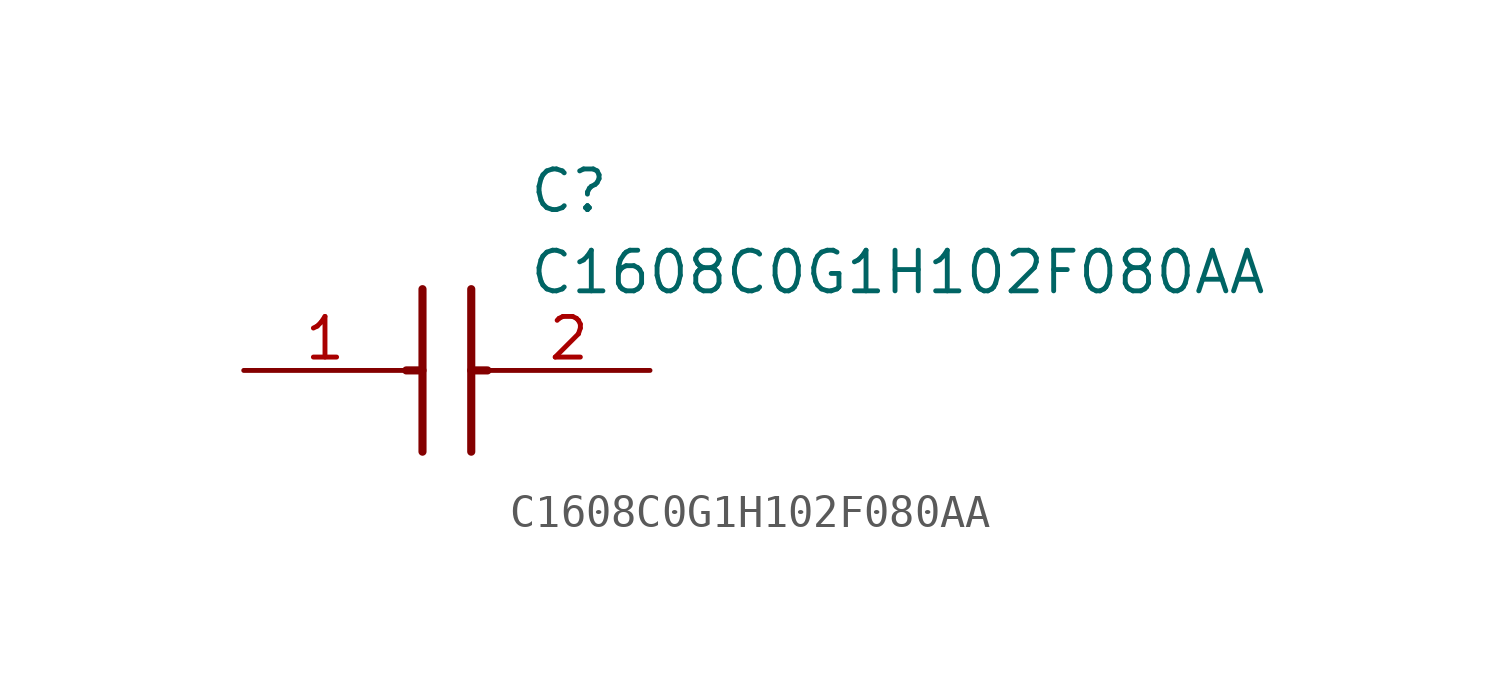
<source format=kicad_sym>
(kicad_symbol_lib
  (version 20211014)
  (generator SamacSys_ECAD_Model)
  (symbol "C1608C0G1H102F080AA"
    (pin_names hide)
    (property "Reference" "C"
      (at 8.89 6.35 0)
      (effects (font (size 1.27 1.27)) (justify left top)))
    (property "Value" "C1608C0G1H102F080AA"
      (at 8.89 3.81 0)
      (effects (font (size 1.27 1.27)) (justify left top)))
    (polyline
      (pts (xy 5.588 2.54) (xy 5.588 -2.54))
      (stroke (width 0.254) (type default))
      (fill (type none)))
    (polyline
      (pts (xy 7.112 2.54) (xy 7.112 -2.54))
      (stroke (width 0.254) (type default))
      (fill (type none)))
    (polyline
      (pts (xy 5.08 0) (xy 5.588 0))
      (stroke (width 0.254) (type default))
      (fill (type none)))
    (polyline
      (pts (xy 7.112 0) (xy 7.62 0))
      (stroke (width 0.254) (type default))
      (fill (type none)))
    (pin passive line
      (at 0 0 0)
      (length 5.08)
      (name "1" (effects (font (size 1.27 1.27))))
      (number "1" (effects (font (size 1.27 1.27)))))
    (pin passive line
      (at 12.7 0 180)
      (length 5.08)
      (name "2" (effects (font (size 1.27 1.27))))
      (number "2" (effects (font (size 1.27 1.27)))))))
</source>
